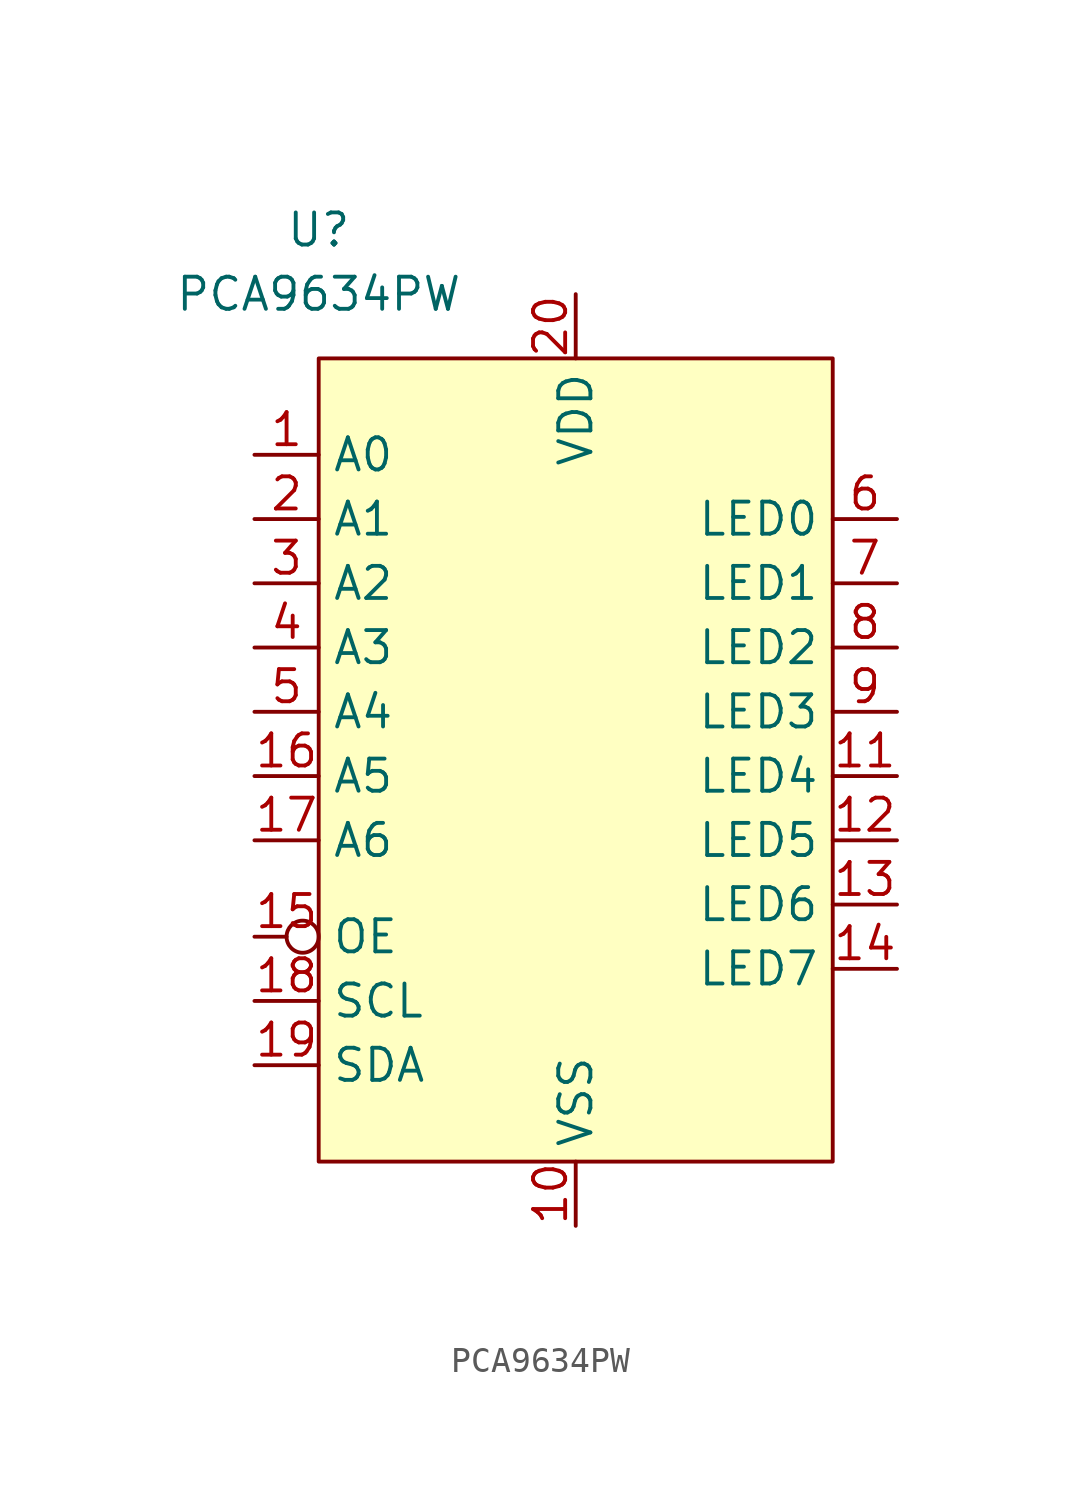
<source format=kicad_sym>
(kicad_symbol_lib
  (version 20211014)
  (generator kicad_symbol_editor)
  (symbol "PCA9634PW"
    (property "Reference" "U"
      (at 0 2.54 0)
      (effects (font (size 1.27 1.27))))
    (property "Value" "PCA9634PW"
      (at 0 0 0)
      (effects (font (size 1.27 1.27))))
    (symbol "PCA9634PW_0_1"
      (rectangle (start 0 -2.54) (end 20.32 -34.29) (stroke (width 0.152) (type default) (color 0 0 0 0)) (fill (type background))))
    (symbol "PCA9634PW_1_1"
      (pin input line (at -2.54 -6.35 0) (length 2.54) (name "A0" (effects (font (size 1.27 1.27)))) (number "1" (effects (font (size 1.27 1.27)))))
      (pin power_in line (at 10.16 -36.83 90) (length 2.54) (name "VSS" (effects (font (size 1.27 1.27)))) (number "10" (effects (font (size 1.27 1.27)))))
      (pin input line (at 22.86 -19.05 180) (length 2.54) (name "LED4" (effects (font (size 1.27 1.27)))) (number "11" (effects (font (size 1.27 1.27)))))
      (pin input line (at 22.86 -21.59 180) (length 2.54) (name "LED5" (effects (font (size 1.27 1.27)))) (number "12" (effects (font (size 1.27 1.27)))))
      (pin input line (at 22.86 -24.13 180) (length 2.54) (name "LED6" (effects (font (size 1.27 1.27)))) (number "13" (effects (font (size 1.27 1.27)))))
      (pin input line (at 22.86 -26.67 180) (length 2.54) (name "LED7" (effects (font (size 1.27 1.27)))) (number "14" (effects (font (size 1.27 1.27)))))
      (pin input inverted (at -2.54 -25.4 0) (length 2.54) (name "OE" (effects (font (size 1.27 1.27)))) (number "15" (effects (font (size 1.27 1.27)))))
      (pin input line (at -2.54 -19.05 0) (length 2.54) (name "A5" (effects (font (size 1.27 1.27)))) (number "16" (effects (font (size 1.27 1.27)))))
      (pin input line (at -2.54 -21.59 0) (length 2.54) (name "A6" (effects (font (size 1.27 1.27)))) (number "17" (effects (font (size 1.27 1.27)))))
      (pin input line (at -2.54 -27.94 0) (length 2.54) (name "SCL" (effects (font (size 1.27 1.27)))) (number "18" (effects (font (size 1.27 1.27)))))
      (pin bidirectional line (at -2.54 -30.48 0) (length 2.54) (name "SDA" (effects (font (size 1.27 1.27)))) (number "19" (effects (font (size 1.27 1.27)))))
      (pin input line (at -2.54 -8.89 0) (length 2.54) (name "A1" (effects (font (size 1.27 1.27)))) (number "2" (effects (font (size 1.27 1.27)))))
      (pin power_in line (at 10.16 0 270) (length 2.54) (name "VDD" (effects (font (size 1.27 1.27)))) (number "20" (effects (font (size 1.27 1.27)))))
      (pin input line (at -2.54 -11.43 0) (length 2.54) (name "A2" (effects (font (size 1.27 1.27)))) (number "3" (effects (font (size 1.27 1.27)))))
      (pin input line (at -2.54 -13.97 0) (length 2.54) (name "A3" (effects (font (size 1.27 1.27)))) (number "4" (effects (font (size 1.27 1.27)))))
      (pin input line (at -2.54 -16.51 0) (length 2.54) (name "A4" (effects (font (size 1.27 1.27)))) (number "5" (effects (font (size 1.27 1.27)))))
      (pin output line (at 22.86 -8.89 180) (length 2.54) (name "LED0" (effects (font (size 1.27 1.27)))) (number "6" (effects (font (size 1.27 1.27)))))
      (pin output line (at 22.86 -11.43 180) (length 2.54) (name "LED1" (effects (font (size 1.27 1.27)))) (number "7" (effects (font (size 1.27 1.27)))))
      (pin output line (at 22.86 -13.97 180) (length 2.54) (name "LED2" (effects (font (size 1.27 1.27)))) (number "8" (effects (font (size 1.27 1.27)))))
      (pin output line (at 22.86 -16.51 180) (length 2.54) (name "LED3" (effects (font (size 1.27 1.27)))) (number "9" (effects (font (size 1.27 1.27))))))))
</source>
